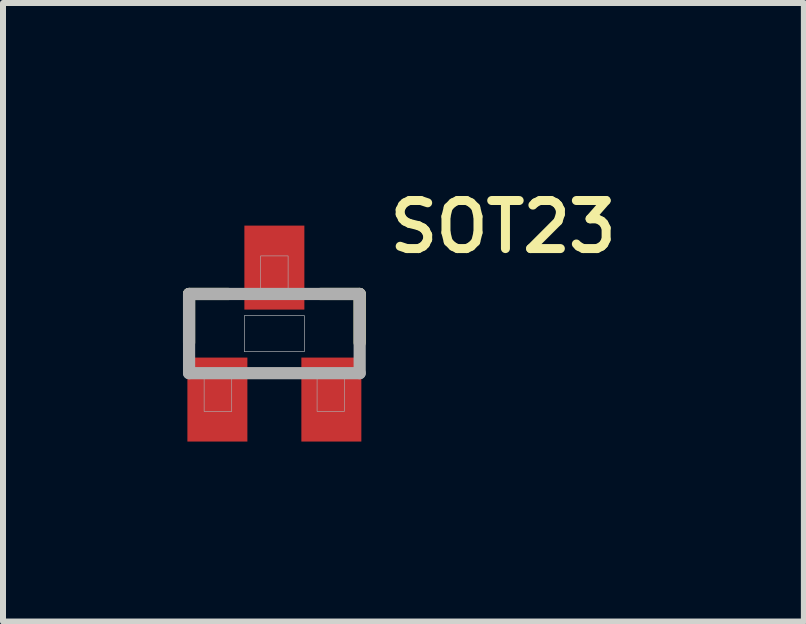
<source format=kicad_pcb>
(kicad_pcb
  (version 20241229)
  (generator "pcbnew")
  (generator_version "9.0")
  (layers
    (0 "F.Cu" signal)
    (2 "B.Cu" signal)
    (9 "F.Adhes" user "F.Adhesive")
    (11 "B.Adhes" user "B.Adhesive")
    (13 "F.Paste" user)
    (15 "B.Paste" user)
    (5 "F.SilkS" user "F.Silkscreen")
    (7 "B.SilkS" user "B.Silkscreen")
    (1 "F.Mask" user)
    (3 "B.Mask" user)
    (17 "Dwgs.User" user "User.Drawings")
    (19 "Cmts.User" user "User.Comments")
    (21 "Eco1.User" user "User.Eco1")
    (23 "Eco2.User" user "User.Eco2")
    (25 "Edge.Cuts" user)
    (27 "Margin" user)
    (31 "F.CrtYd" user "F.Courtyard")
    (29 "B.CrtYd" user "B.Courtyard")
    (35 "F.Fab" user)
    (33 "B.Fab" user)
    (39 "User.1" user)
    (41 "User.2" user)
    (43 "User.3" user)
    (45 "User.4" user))
  (footprint "SOT23"
    (layer "F.Cu")
    (at 1.524 2.511)
    (property "Reference" "SOT23" (at 3.814 -1.78 0) (layer "F.SilkS") (effects (font (size 0.801 0.801) (thickness 0.15))))
    (attr smd)
    (fp_line (start -1.422 -0.66) (end -0.764 -0.66) (stroke (width 0.203) (type solid)) (layer "F.SilkS"))
    (fp_line (start -1.422 0.152) (end -1.422 -0.66) (stroke (width 0.203) (type solid)) (layer "F.SilkS"))
    (fp_line (start 0.764 -0.66) (end 1.422 -0.66) (stroke (width 0.203) (type solid)) (layer "F.SilkS"))
    (fp_line (start 1.422 -0.66) (end 1.422 0.152) (stroke (width 0.203) (type solid)) (layer "F.SilkS"))
    (fp_poly (pts (xy -0.501 -0.3) (xy 0.5 -0.3) (xy 0.5 0.301) (xy -0.501 0.301)) (stroke (width 0.01) (type solid)) (fill no) (layer "Dwgs.User"))
    (fp_line (start -1.422 -0.66) (end 1.422 -0.66) (stroke (width 0.203) (type solid)) (layer "F.Fab"))
    (fp_line (start -1.422 0.66) (end -1.422 -0.66) (stroke (width 0.203) (type solid)) (layer "F.Fab"))
    (fp_line (start 1.422 -0.66) (end 1.422 0.66) (stroke (width 0.203) (type solid)) (layer "F.Fab"))
    (fp_line (start 1.422 0.66) (end -1.422 0.66) (stroke (width 0.203) (type solid)) (layer "F.Fab"))
    (fp_poly (pts (xy -1.171 0.711) (xy -0.711 0.711) (xy -0.711 1.298) (xy -1.171 1.298)) (stroke (width 0.01) (type solid)) (fill no) (layer "F.Fab"))
    (fp_poly (pts (xy -0.229 -1.295) (xy 0.229 -1.295) (xy 0.229 -0.712) (xy -0.229 -0.712)) (stroke (width 0.01) (type solid)) (fill no) (layer "F.Fab"))
    (fp_poly (pts (xy 0.712 0.711) (xy 1.168 0.711) (xy 1.168 1.297) (xy 0.712 1.297)) (stroke (width 0.01) (type solid)) (fill no) (layer "F.Fab"))
    (pad "1" smd rect (at -0.95 1.1) (size 1 1.4) (layers "F.Cu" "F.Mask" "F.Paste"))
    (pad "2" smd rect (at 0.95 1.1) (size 1 1.4) (layers "F.Cu" "F.Mask" "F.Paste"))
    (pad "3" smd rect (at 0 -1.1) (size 1 1.4) (layers "F.Cu" "F.Mask" "F.Paste")))
  (gr_rect
    (start -3 -3)
    (end 10.351 7.311)
    (stroke (width 0.1) (type default))
    (fill no)
    (layer "Edge.Cuts")))
</source>
